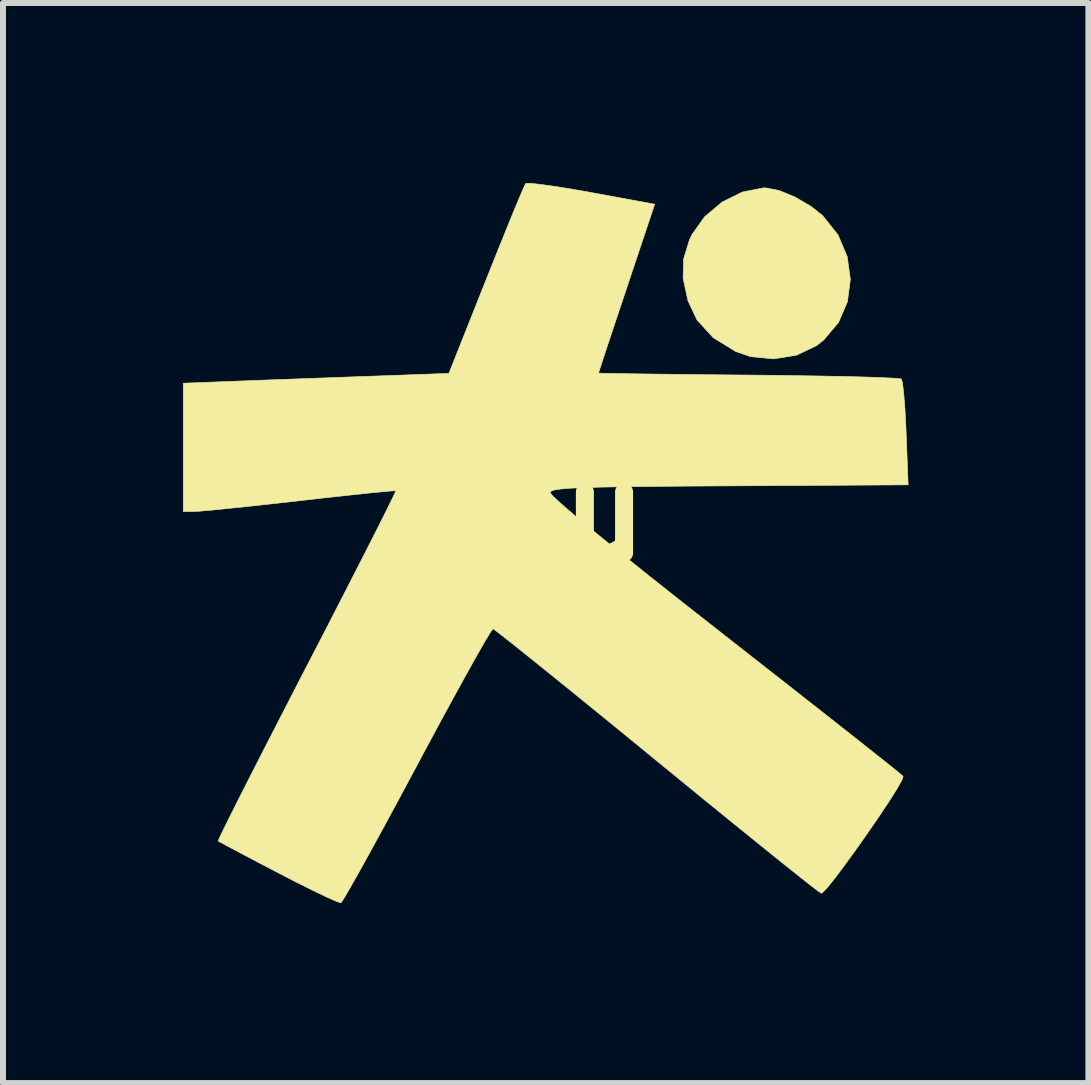
<source format=kicad_pcb>
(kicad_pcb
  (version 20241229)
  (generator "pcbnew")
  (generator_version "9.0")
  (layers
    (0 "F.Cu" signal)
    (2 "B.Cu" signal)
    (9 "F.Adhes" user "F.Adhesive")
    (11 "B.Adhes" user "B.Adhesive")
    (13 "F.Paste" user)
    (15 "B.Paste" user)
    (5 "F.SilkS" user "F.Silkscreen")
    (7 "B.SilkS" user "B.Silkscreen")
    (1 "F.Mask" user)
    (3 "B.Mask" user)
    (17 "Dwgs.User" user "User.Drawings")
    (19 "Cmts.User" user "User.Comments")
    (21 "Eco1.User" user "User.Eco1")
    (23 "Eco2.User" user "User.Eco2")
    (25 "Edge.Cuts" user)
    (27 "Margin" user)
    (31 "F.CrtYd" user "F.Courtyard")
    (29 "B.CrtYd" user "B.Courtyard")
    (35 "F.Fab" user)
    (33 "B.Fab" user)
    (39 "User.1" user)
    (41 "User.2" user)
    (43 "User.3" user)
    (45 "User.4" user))
  (footprint "inu"
    (layer "F.Cu")
    (at 5.974 5.478)
    (property "Reference" "inu" (at 0 0 0) (layer "F.SilkS") (effects (font (size 1.524 1.524) (thickness 0.3))))
    (attr through_hole)
    (fp_poly (pts (xy 3.963 -5.353) (xy 4.23 -5.243) (xy 4.495 -5.088) (xy 4.689 -4.934) (xy 4.946 -4.611) (xy 5.099 -4.249) (xy 5.151 -3.871) (xy 5.102 -3.498) (xy 4.954 -3.154) (xy 4.706 -2.86) (xy 4.587 -2.766) (xy 4.255 -2.608) (xy 3.877 -2.546) (xy 3.492 -2.582) (xy 3.239 -2.669) (xy 2.864 -2.9) (xy 2.594 -3.196) (xy 2.443 -3.518) (xy 2.363 -3.89) (xy 2.371 -4.21) (xy 2.467 -4.524) (xy 2.51 -4.616) (xy 2.722 -4.915) (xy 3.014 -5.16) (xy 3.351 -5.327) (xy 3.7 -5.396) (xy 3.74 -5.396) (xy 3.963 -5.353)) (stroke (width 0.01) (type solid)) (fill yes) (layer "F.SilkS"))
    (fp_poly (pts (xy -0.013 -5.454) (xy 0.245 -5.418) (xy 0.563 -5.366) (xy 0.833 -5.318) (xy 1.889 -5.124) (xy 1.421 -3.722) (xy 1.288 -3.325) (xy 1.17 -2.971) (xy 1.072 -2.676) (xy 1 -2.457) (xy 0.96 -2.332) (xy 0.953 -2.309) (xy 1.014 -2.306) (xy 1.188 -2.302) (xy 1.463 -2.298) (xy 1.824 -2.293) (xy 2.258 -2.288) (xy 2.751 -2.282) (xy 3.29 -2.277) (xy 3.456 -2.276) (xy 4.007 -2.27) (xy 4.519 -2.262) (xy 4.978 -2.254) (xy 5.368 -2.244) (xy 5.677 -2.233) (xy 5.891 -2.223) (xy 5.996 -2.212) (xy 6.003 -2.209) (xy 6.022 -2.132) (xy 6.042 -1.953) (xy 6.062 -1.697) (xy 6.078 -1.388) (xy 6.081 -1.305) (xy 6.114 -0.446) (xy 3.137 -0.429) (xy 2.437 -0.425) (xy 1.853 -0.42) (xy 1.376 -0.415) (xy 0.995 -0.408) (xy 0.7 -0.4) (xy 0.48 -0.39) (xy 0.325 -0.377) (xy 0.224 -0.362) (xy 0.168 -0.344) (xy 0.147 -0.322) (xy 0.145 -0.318) (xy 0.192 -0.258) (xy 0.335 -0.126) (xy 0.569 0.076) (xy 0.891 0.342) (xy 1.294 0.67) (xy 1.776 1.056) (xy 2.33 1.495) (xy 2.953 1.984) (xy 3.055 2.064) (xy 3.587 2.481) (xy 4.09 2.875) (xy 4.555 3.24) (xy 4.972 3.568) (xy 5.333 3.853) (xy 5.628 4.087) (xy 5.849 4.263) (xy 5.986 4.375) (xy 6.031 4.413) (xy 6.009 4.478) (xy 5.926 4.625) (xy 5.794 4.834) (xy 5.627 5.085) (xy 5.44 5.357) (xy 5.246 5.632) (xy 5.06 5.889) (xy 4.895 6.109) (xy 4.764 6.271) (xy 4.683 6.355) (xy 4.668 6.363) (xy 4.612 6.325) (xy 4.466 6.213) (xy 4.241 6.034) (xy 3.945 5.798) (xy 3.587 5.509) (xy 3.177 5.177) (xy 2.722 4.807) (xy 2.234 4.408) (xy 1.934 4.163) (xy 1.429 3.749) (xy 0.953 3.361) (xy 0.515 3.005) (xy 0.124 2.689) (xy -0.21 2.42) (xy -0.479 2.205) (xy -0.673 2.052) (xy -0.784 1.968) (xy -0.806 1.954) (xy -0.846 2.007) (xy -0.939 2.161) (xy -1.078 2.403) (xy -1.256 2.722) (xy -1.468 3.107) (xy -1.706 3.545) (xy -1.964 4.025) (xy -2.071 4.226) (xy -2.336 4.72) (xy -2.583 5.178) (xy -2.807 5.588) (xy -3 5.939) (xy -3.157 6.217) (xy -3.269 6.412) (xy -3.332 6.511) (xy -3.341 6.521) (xy -3.413 6.499) (xy -3.578 6.426) (xy -3.816 6.311) (xy -4.109 6.165) (xy -4.381 6.024) (xy -4.702 5.857) (xy -4.982 5.709) (xy -5.201 5.593) (xy -5.343 5.517) (xy -5.387 5.491) (xy -5.363 5.432) (xy -5.286 5.272) (xy -5.16 5.02) (xy -4.993 4.687) (xy -4.788 4.284) (xy -4.551 3.821) (xy -4.288 3.309) (xy -4.005 2.759) (xy -3.907 2.57) (xy -3.617 2.01) (xy -3.347 1.484) (xy -3.101 1.004) (xy -2.885 0.581) (xy -2.704 0.224) (xy -2.564 -0.056) (xy -2.47 -0.247) (xy -2.427 -0.34) (xy -2.425 -0.347) (xy -2.491 -0.345) (xy -2.666 -0.329) (xy -2.932 -0.303) (xy -3.272 -0.266) (xy -3.67 -0.223) (xy -4 -0.185) (xy -4.443 -0.135) (xy -4.853 -0.09) (xy -5.212 -0.053) (xy -5.499 -0.024) (xy -5.693 -0.007) (xy -5.763 -0.003) (xy -5.969 0) (xy -5.969 -2.14) (xy -4.905 -2.181) (xy -4.453 -2.198) (xy -3.928 -2.217) (xy -3.384 -2.237) (xy -2.876 -2.256) (xy -2.691 -2.262) (xy -1.541 -2.304) (xy -0.92 -3.867) (xy -0.753 -4.285) (xy -0.6 -4.664) (xy -0.468 -4.988) (xy -0.363 -5.241) (xy -0.291 -5.407) (xy -0.261 -5.47) (xy -0.189 -5.473) (xy -0.013 -5.454)) (stroke (width 0.01) (type solid)) (fill yes) (layer "F.SilkS")))
  (gr_rect
    (start -3 -3)
    (end 15.093 15.004)
    (stroke (width 0.1) (type default))
    (fill no)
    (layer "Edge.Cuts")))
</source>
